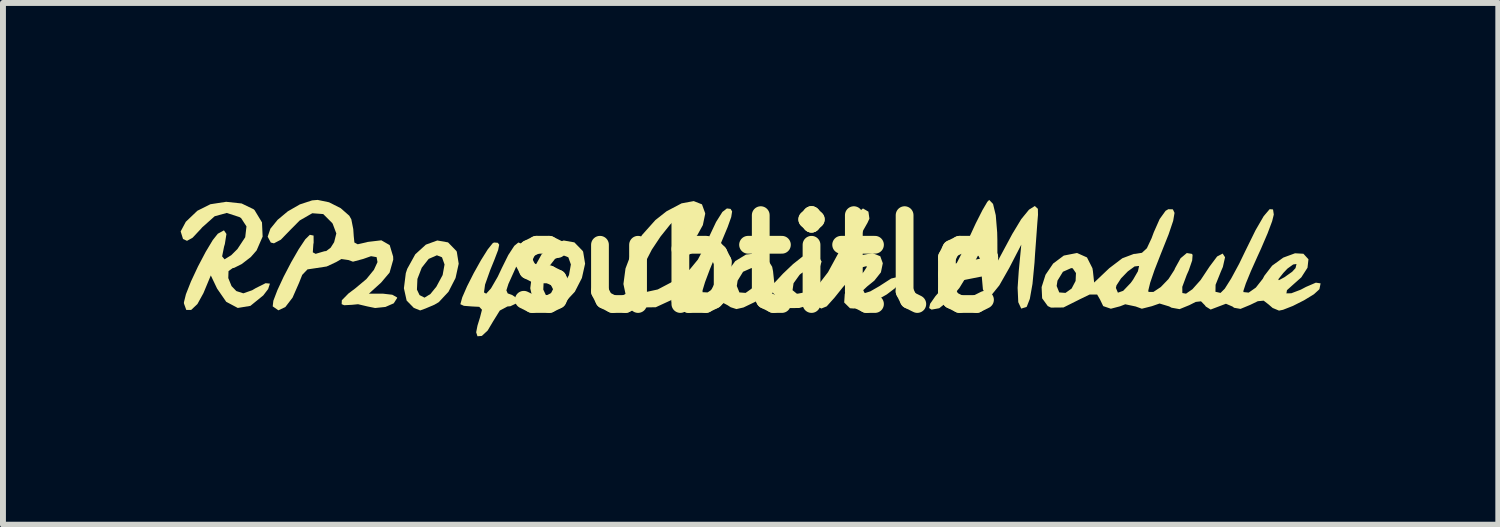
<source format=kicad_pcb>
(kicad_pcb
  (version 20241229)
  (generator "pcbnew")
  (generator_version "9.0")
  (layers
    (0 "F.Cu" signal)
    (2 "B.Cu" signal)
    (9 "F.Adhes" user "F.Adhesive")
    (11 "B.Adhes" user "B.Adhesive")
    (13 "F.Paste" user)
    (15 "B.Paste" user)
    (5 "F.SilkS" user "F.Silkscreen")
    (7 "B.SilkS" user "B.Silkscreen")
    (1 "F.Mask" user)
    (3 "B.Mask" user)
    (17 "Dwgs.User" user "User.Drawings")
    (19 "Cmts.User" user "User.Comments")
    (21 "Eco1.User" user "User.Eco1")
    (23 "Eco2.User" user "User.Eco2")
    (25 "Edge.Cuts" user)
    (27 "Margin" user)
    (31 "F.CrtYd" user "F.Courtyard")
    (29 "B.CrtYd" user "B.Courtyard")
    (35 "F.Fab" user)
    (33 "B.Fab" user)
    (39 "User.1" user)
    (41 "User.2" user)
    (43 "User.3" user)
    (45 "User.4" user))
  (footprint "subtitle"
    (layer "F.Cu")
    (at 9.722 1.404)
    (property "Reference" "subtitle" (at 0 0 0) (layer "F.SilkS") (effects (font (size 1.5 1.5) (thickness 0.3))))
    (attr board_only exclude_from_pos_files exclude_from_bom)
    (fp_poly (pts (xy -5.208 -0.362) (xy -5.068 -0.218) (xy -5.06 -0.203) (xy -5.028 -0.002) (xy -5.081 0.239) (xy -5.2 0.471) (xy -5.364 0.647) (xy -5.439 0.691) (xy -5.59 0.755) (xy -5.676 0.786) (xy -5.681 0.786) (xy -5.751 0.758) (xy -5.788 0.742) (xy -5.907 0.62) (xy -5.948 0.435) (xy -5.733 0.435) (xy -5.689 0.528) (xy -5.605 0.571) (xy -5.506 0.51) (xy -5.405 0.386) (xy -5.299 0.189) (xy -5.267 0.011) (xy -5.31 -0.11) (xy -5.396 -0.144) (xy -5.535 -0.083) (xy -5.652 0.066) (xy -5.725 0.255) (xy -5.733 0.435) (xy -5.948 0.435) (xy -5.953 0.412) (xy -5.921 0.158) (xy -5.897 0.085) (xy -5.761 -0.161) (xy -5.582 -0.324) (xy -5.389 -0.394)) (stroke (width 0) (type solid)) (fill yes) (layer "F.SilkS"))
    (fp_poly (pts (xy -3.075 -0.362) (xy -2.935 -0.218) (xy -2.927 -0.203) (xy -2.894 -0.002) (xy -2.948 0.239) (xy -3.067 0.471) (xy -3.231 0.647) (xy -3.306 0.691) (xy -3.457 0.755) (xy -3.543 0.786) (xy -3.548 0.786) (xy -3.617 0.758) (xy -3.654 0.742) (xy -3.773 0.62) (xy -3.815 0.435) (xy -3.6 0.435) (xy -3.556 0.528) (xy -3.471 0.571) (xy -3.372 0.51) (xy -3.272 0.386) (xy -3.166 0.189) (xy -3.134 0.011) (xy -3.177 -0.11) (xy -3.263 -0.144) (xy -3.402 -0.083) (xy -3.518 0.066) (xy -3.592 0.255) (xy -3.6 0.435) (xy -3.815 0.435) (xy -3.82 0.412) (xy -3.787 0.158) (xy -3.764 0.085) (xy -3.628 -0.161) (xy -3.449 -0.324) (xy -3.255 -0.394)) (stroke (width 0) (type solid)) (fill yes) (layer "F.SilkS"))
    (fp_poly (pts (xy -3.952 -0.335) (xy -3.944 -0.248) (xy -4.002 -0.076) (xy -4.098 0.139) (xy -4.189 0.34) (xy -4.223 0.448) (xy -4.201 0.499) (xy -4.126 0.527) (xy -4.124 0.527) (xy -4.034 0.59) (xy -4.05 0.666) (xy -4.156 0.716) (xy -4.205 0.72) (xy -4.334 0.789) (xy -4.447 0.971) (xy -4.539 1.126) (xy -4.637 1.217) (xy -4.711 1.223) (xy -4.733 1.156) (xy -4.711 1.043) (xy -4.668 0.904) (xy -4.635 0.775) (xy -4.682 0.726) (xy -4.802 0.72) (xy -4.941 0.709) (xy -5 0.682) (xy -5 0.682) (xy -4.968 0.566) (xy -4.886 0.378) (xy -4.774 0.157) (xy -4.651 -0.063) (xy -4.538 -0.243) (xy -4.455 -0.347) (xy -4.432 -0.36) (xy -4.368 -0.355) (xy -4.344 -0.323) (xy -4.362 -0.234) (xy -4.428 -0.061) (xy -4.496 0.106) (xy -4.583 0.351) (xy -4.601 0.483) (xy -4.564 0.504) (xy -4.483 0.415) (xy -4.369 0.218) (xy -4.3 0.072) (xy -4.191 -0.148) (xy -4.09 -0.303) (xy -4.021 -0.36)) (stroke (width 0) (type solid)) (fill yes) (layer "F.SilkS"))
    (fp_poly (pts (xy 3.993 -1.011) (xy 4.039 -0.821) (xy 4.063 -0.529) (xy 4.066 -0.396) (xy 4.067 -0.037) (xy 4.318 -0.504) (xy 4.469 -0.754) (xy 4.6 -0.914) (xy 4.698 -0.976) (xy 4.75 -0.929) (xy 4.752 -0.827) (xy 4.741 -0.694) (xy 4.724 -0.458) (xy 4.702 -0.161) (xy 4.693 -0.018) (xy 4.659 0.339) (xy 4.614 0.592) (xy 4.563 0.722) (xy 4.558 0.728) (xy 4.469 0.756) (xy 4.419 0.648) (xy 4.408 0.406) (xy 4.427 0.123) (xy 4.47 -0.324) (xy 4.267 0.069) (xy 4.099 0.364) (xy 3.97 0.523) (xy 3.878 0.545) (xy 3.822 0.431) (xy 3.8 0.182) (xy 3.799 0.122) (xy 3.799 -0.252) (xy 3.602 0.119) (xy 3.426 0.406) (xy 3.247 0.622) (xy 3.084 0.75) (xy 2.955 0.773) (xy 2.914 0.747) (xy 2.931 0.674) (xy 3.022 0.544) (xy 3.072 0.487) (xy 3.187 0.328) (xy 3.333 0.079) (xy 3.487 -0.221) (xy 3.572 -0.404) (xy 3.701 -0.683) (xy 3.814 -0.906) (xy 3.896 -1.046) (xy 3.928 -1.079)) (stroke (width 0) (type solid)) (fill yes) (layer "F.SilkS"))
    (fp_poly (pts (xy -8.693 -1.019) (xy -8.49 -0.921) (xy -8.474 -0.906) (xy -8.349 -0.699) (xy -8.338 -0.46) (xy -8.44 -0.226) (xy -8.538 -0.114) (xy -8.693 0.005) (xy -8.821 0.069) (xy -8.843 0.072) (xy -8.914 0.123) (xy -8.918 0.241) (xy -8.863 0.376) (xy -8.782 0.46) (xy -8.664 0.498) (xy -8.515 0.446) (xy -8.456 0.411) (xy -8.288 0.327) (xy -8.215 0.334) (xy -8.245 0.426) (xy -8.327 0.533) (xy -8.545 0.71) (xy -8.758 0.745) (xy -8.953 0.641) (xy -9.107 0.418) (xy -9.213 0.196) (xy -9.337 0.494) (xy -9.439 0.679) (xy -9.544 0.778) (xy -9.627 0.779) (xy -9.666 0.671) (xy -9.667 0.65) (xy -9.633 0.513) (xy -9.548 0.298) (xy -9.43 0.046) (xy -9.3 -0.201) (xy -9.18 -0.401) (xy -9.095 -0.508) (xy -8.991 -0.565) (xy -8.949 -0.504) (xy -8.976 -0.334) (xy -8.989 -0.291) (xy -9.022 -0.126) (xy -8.981 -0.076) (xy -8.869 -0.145) (xy -8.764 -0.249) (xy -8.632 -0.449) (xy -8.611 -0.632) (xy -8.702 -0.772) (xy -8.729 -0.789) (xy -8.944 -0.859) (xy -9.148 -0.803) (xy -9.361 -0.613) (xy -9.374 -0.597) (xy -9.52 -0.441) (xy -9.615 -0.388) (xy -9.682 -0.419) (xy -9.722 -0.547) (xy -9.635 -0.71) (xy -9.44 -0.896) (xy -9.22 -1.006) (xy -8.954 -1.047)) (stroke (width 0) (type solid)) (fill yes) (layer "F.SilkS"))
    (fp_poly (pts (xy -7.217 -1.039) (xy -7.021 -0.94) (xy -6.876 -0.813) (xy -6.841 -0.752) (xy -6.808 -0.586) (xy -6.8 -0.468) (xy -6.789 -0.36) (xy -6.733 -0.33) (xy -6.592 -0.362) (xy -6.562 -0.37) (xy -6.334 -0.397) (xy -6.193 -0.316) (xy -6.135 -0.123) (xy -6.133 -0.07) (xy -6.195 0.148) (xy -6.338 0.317) (xy -6.544 0.504) (xy -6.305 0.504) (xy -6.149 0.522) (xy -6.069 0.567) (xy -6.067 0.577) (xy -6.125 0.667) (xy -6.265 0.728) (xy -6.439 0.746) (xy -6.566 0.72) (xy -6.727 0.682) (xy -6.83 0.692) (xy -6.962 0.699) (xy -7.004 0.681) (xy -7.001 0.615) (xy -6.888 0.5) (xy -6.776 0.416) (xy -6.586 0.257) (xy -6.459 0.101) (xy -6.399 -0.029) (xy -6.414 -0.113) (xy -6.508 -0.129) (xy -6.641 -0.082) (xy -6.813 -0.036) (xy -6.891 -0.064) (xy -7.008 -0.081) (xy -7.096 -0.03) (xy -7.257 0.045) (xy -7.433 0.072) (xy -7.581 0.094) (xy -7.67 0.187) (xy -7.724 0.323) (xy -7.833 0.571) (xy -7.955 0.73) (xy -8.072 0.785) (xy -8.167 0.719) (xy -8.168 0.717) (xy -8.157 0.623) (xy -8.089 0.445) (xy -7.983 0.217) (xy -7.857 -0.025) (xy -7.729 -0.247) (xy -7.618 -0.414) (xy -7.541 -0.49) (xy -7.541 -0.49) (xy -7.478 -0.477) (xy -7.477 -0.358) (xy -7.482 -0.329) (xy -7.491 -0.194) (xy -7.442 -0.168) (xy -7.419 -0.176) (xy -7.296 -0.212) (xy -7.264 -0.216) (xy -7.19 -0.272) (xy -7.131 -0.365) (xy -7.094 -0.513) (xy -7.154 -0.673) (xy -7.163 -0.688) (xy -7.315 -0.84) (xy -7.5 -0.854) (xy -7.712 -0.732) (xy -7.863 -0.58) (xy -8.031 -0.407) (xy -8.147 -0.346) (xy -8.2 -0.359) (xy -8.253 -0.458) (xy -8.207 -0.593) (xy -8.085 -0.743) (xy -7.912 -0.887) (xy -7.71 -1.003) (xy -7.503 -1.071) (xy -7.409 -1.079)) (stroke (width 0) (type solid)) (fill yes) (layer "F.SilkS"))
    (fp_poly (pts (xy -0.921 -1.004) (xy -0.867 -0.855) (xy -0.867 -0.842) (xy -0.906 -0.654) (xy -1.001 -0.481) (xy -1.119 -0.373) (xy -1.17 -0.36) (xy -1.25 -0.412) (xy -1.261 -0.521) (xy -1.2 -0.612) (xy -1.141 -0.705) (xy -1.145 -0.813) (xy -1.209 -0.863) (xy -1.313 -0.807) (xy -1.459 -0.662) (xy -1.62 -0.461) (xy -1.768 -0.239) (xy -1.876 -0.029) (xy -1.878 -0.025) (xy -1.963 0.244) (xy -1.955 0.411) (xy -1.856 0.474) (xy -1.668 0.433) (xy -1.392 0.288) (xy -1.307 0.233) (xy -1.126 0.094) (xy -0.99 -0.072) (xy -0.864 -0.311) (xy -0.804 -0.45) (xy -0.683 -0.706) (xy -0.576 -0.876) (xy -0.5 -0.935) (xy -0.438 -0.927) (xy -0.412 -0.885) (xy -0.427 -0.79) (xy -0.488 -0.619) (xy -0.6 -0.351) (xy -0.672 -0.184) (xy -0.786 0.088) (xy -0.869 0.309) (xy -0.911 0.448) (xy -0.911 0.479) (xy -0.826 0.483) (xy -0.701 0.402) (xy -0.675 0.374) (xy -0.333 0.374) (xy -0.289 0.483) (xy -0.184 0.491) (xy -0.08 0.417) (xy -0.013 0.289) (xy -0.007 0.156) (xy -0.062 0.076) (xy -0.087 0.072) (xy -0.227 0.134) (xy -0.319 0.284) (xy -0.333 0.374) (xy -0.675 0.374) (xy -0.574 0.266) (xy -0.504 0.152) (xy -0.359 -0.046) (xy -0.178 -0.156) (xy 0.007 -0.178) (xy 0.166 -0.109) (xy 0.264 0.05) (xy 0.279 0.126) (xy 0.3 0.324) (xy 0.446 0.167) (xy 0.616 0.005) (xy 0.766 -0.114) (xy 0.899 -0.192) (xy 0.984 -0.183) (xy 1.038 -0.134) (xy 1.099 -0.039) (xy 1.066 0.06) (xy 1.03 0.111) (xy 0.943 0.199) (xy 0.892 0.165) (xy 0.889 0.158) (xy 0.839 0.108) (xy 0.748 0.167) (xy 0.726 0.187) (xy 0.625 0.328) (xy 0.608 0.445) (xy 0.679 0.503) (xy 0.697 0.504) (xy 0.879 0.469) (xy 1.044 0.354) (xy 1.207 0.141) (xy 1.386 -0.188) (xy 1.44 -0.302) (xy 1.571 -0.571) (xy 1.686 -0.783) (xy 1.768 -0.911) (xy 1.797 -0.935) (xy 1.889 -0.881) (xy 1.906 -0.763) (xy 1.874 -0.693) (xy 1.803 -0.568) (xy 1.717 -0.379) (xy 1.701 -0.338) (xy 1.6 -0.075) (xy 1.766 -0.144) (xy 1.957 -0.181) (xy 2.089 -0.128) (xy 2.132 -0.01) (xy 2.1 0.144) (xy 1.989 0.284) (xy 1.868 0.382) (xy 1.777 0.468) (xy 1.795 0.503) (xy 1.802 0.503) (xy 1.921 0.465) (xy 2.081 0.373) (xy 2.1 0.36) (xy 2.274 0.248) (xy 2.367 0.226) (xy 2.399 0.292) (xy 2.4 0.319) (xy 2.343 0.408) (xy 2.199 0.517) (xy 2.007 0.626) (xy 1.81 0.712) (xy 1.647 0.755) (xy 1.578 0.75) (xy 1.48 0.653) (xy 1.49 0.506) (xy 1.603 0.335) (xy 1.681 0.261) (xy 1.806 0.14) (xy 1.861 0.054) (xy 1.858 0.039) (xy 1.787 0.058) (xy 1.651 0.18) (xy 1.462 0.39) (xy 1.316 0.572) (xy 1.185 0.718) (xy 1.094 0.755) (xy 1.043 0.728) (xy 0.954 0.673) (xy 0.927 0.674) (xy 0.849 0.708) (xy 0.72 0.746) (xy 0.546 0.747) (xy 0.407 0.639) (xy 0.275 0.486) (xy -0.031 0.646) (xy -0.22 0.737) (xy -0.339 0.764) (xy -0.436 0.733) (xy -0.488 0.699) (xy -0.618 0.631) (xy -0.742 0.653) (xy -0.815 0.691) (xy -0.995 0.751) (xy -1.135 0.725) (xy -1.199 0.621) (xy -1.2 0.604) (xy -1.217 0.519) (xy -1.285 0.522) (xy -1.419 0.603) (xy -1.701 0.733) (xy -1.963 0.737) (xy -2.068 0.697) (xy -2.202 0.555) (xy -2.247 0.341) (xy -2.212 0.079) (xy -2.104 -0.205) (xy -1.933 -0.486) (xy -1.707 -0.739) (xy -1.519 -0.887) (xy -1.265 -1.021) (xy -1.06 -1.059)) (stroke (width 0) (type solid)) (fill yes) (layer "F.SilkS"))
    (fp_poly (pts (xy 8.72 -0.918) (xy 8.733 -0.832) (xy 8.705 -0.719) (xy 8.628 -0.514) (xy 8.517 -0.255) (xy 8.462 -0.135) (xy 8.346 0.124) (xy 8.261 0.331) (xy 8.22 0.455) (xy 8.22 0.477) (xy 8.309 0.486) (xy 8.43 0.401) (xy 8.54 0.261) (xy 8.809 0.261) (xy 8.818 0.277) (xy 8.913 0.226) (xy 9.043 0.134) (xy 9.1 0.072) (xy 9.116 0.003) (xy 9.06 0.011) (xy 8.963 0.081) (xy 8.894 0.154) (xy 8.809 0.261) (xy 8.54 0.261) (xy 8.546 0.254) (xy 8.574 0.201) (xy 8.705 0.031) (xy 8.893 -0.105) (xy 9.091 -0.178) (xy 9.233 -0.17) (xy 9.318 -0.077) (xy 9.302 0.066) (xy 9.197 0.229) (xy 9.073 0.339) (xy 8.955 0.445) (xy 8.946 0.499) (xy 9.029 0.497) (xy 9.189 0.436) (xy 9.276 0.39) (xy 9.443 0.318) (xy 9.523 0.33) (xy 9.504 0.424) (xy 9.498 0.434) (xy 9.41 0.514) (xy 9.245 0.615) (xy 9.055 0.711) (xy 8.889 0.776) (xy 8.821 0.79) (xy 8.713 0.745) (xy 8.645 0.686) (xy 8.562 0.622) (xy 8.463 0.631) (xy 8.337 0.692) (xy 8.171 0.761) (xy 8.063 0.742) (xy 8.035 0.721) (xy 7.925 0.674) (xy 7.793 0.724) (xy 7.667 0.772) (xy 7.585 0.721) (xy 7.57 0.7) (xy 7.504 0.633) (xy 7.415 0.643) (xy 7.306 0.698) (xy 7.142 0.765) (xy 7.007 0.741) (xy 6.966 0.719) (xy 6.804 0.67) (xy 6.675 0.715) (xy 6.505 0.758) (xy 6.4 0.72) (xy 6.225 0.683) (xy 6.138 0.717) (xy 5.982 0.758) (xy 5.853 0.714) (xy 5.8 0.604) (xy 5.751 0.519) (xy 5.625 0.518) (xy 5.451 0.602) (xy 5.448 0.604) (xy 5.182 0.737) (xy 4.971 0.739) (xy 4.917 0.713) (xy 4.822 0.582) (xy 4.813 0.394) (xy 4.819 0.374) (xy 5.067 0.374) (xy 5.111 0.483) (xy 5.216 0.491) (xy 5.32 0.417) (xy 5.325 0.407) (xy 6.067 0.407) (xy 6.101 0.487) (xy 6.19 0.456) (xy 6.317 0.323) (xy 6.358 0.266) (xy 6.439 0.126) (xy 6.458 0.04) (xy 6.456 0.036) (xy 6.383 0.044) (xy 6.268 0.128) (xy 6.153 0.247) (xy 6.077 0.364) (xy 6.067 0.407) (xy 5.325 0.407) (xy 5.387 0.289) (xy 5.393 0.156) (xy 5.338 0.076) (xy 5.313 0.072) (xy 5.173 0.134) (xy 5.081 0.284) (xy 5.067 0.374) (xy 4.819 0.374) (xy 4.879 0.185) (xy 5.008 -0.005) (xy 5.186 -0.138) (xy 5.191 -0.14) (xy 5.411 -0.183) (xy 5.579 -0.108) (xy 5.671 0.074) (xy 5.679 0.122) (xy 5.7 0.316) (xy 5.955 0.074) (xy 6.176 -0.094) (xy 6.37 -0.167) (xy 6.393 -0.168) (xy 6.507 -0.186) (xy 6.59 -0.263) (xy 6.669 -0.431) (xy 6.707 -0.533) (xy 6.806 -0.756) (xy 6.906 -0.895) (xy 6.952 -0.922) (xy 7.029 -0.92) (xy 7.057 -0.86) (xy 7.034 -0.725) (xy 6.957 -0.497) (xy 6.823 -0.161) (xy 6.719 0.105) (xy 6.646 0.319) (xy 6.614 0.45) (xy 6.617 0.474) (xy 6.7 0.475) (xy 6.825 0.392) (xy 6.955 0.257) (xy 7.054 0.103) (xy 7.066 0.074) (xy 7.159 -0.094) (xy 7.264 -0.182) (xy 7.35 -0.168) (xy 7.362 -0.151) (xy 7.355 -0.057) (xy 7.297 0.111) (xy 7.263 0.187) (xy 7.188 0.389) (xy 7.189 0.493) (xy 7.251 0.504) (xy 7.359 0.429) (xy 7.498 0.273) (xy 7.648 0.047) (xy 7.776 -0.124) (xy 7.87 -0.173) (xy 7.91 -0.111) (xy 7.873 0.053) (xy 7.839 0.132) (xy 7.75 0.354) (xy 7.748 0.472) (xy 7.833 0.491) (xy 7.834 0.491) (xy 7.905 0.42) (xy 8.014 0.247) (xy 8.147 0.001) (xy 8.251 -0.214) (xy 8.424 -0.566) (xy 8.562 -0.804) (xy 8.663 -0.923)) (stroke (width 0) (type solid)) (fill yes) (layer "F.SilkS")))
  (gr_rect
    (start -3 -3)
    (end 22.245 5.808)
    (stroke (width 0.1) (type default))
    (fill no)
    (layer "Edge.Cuts")))
</source>
